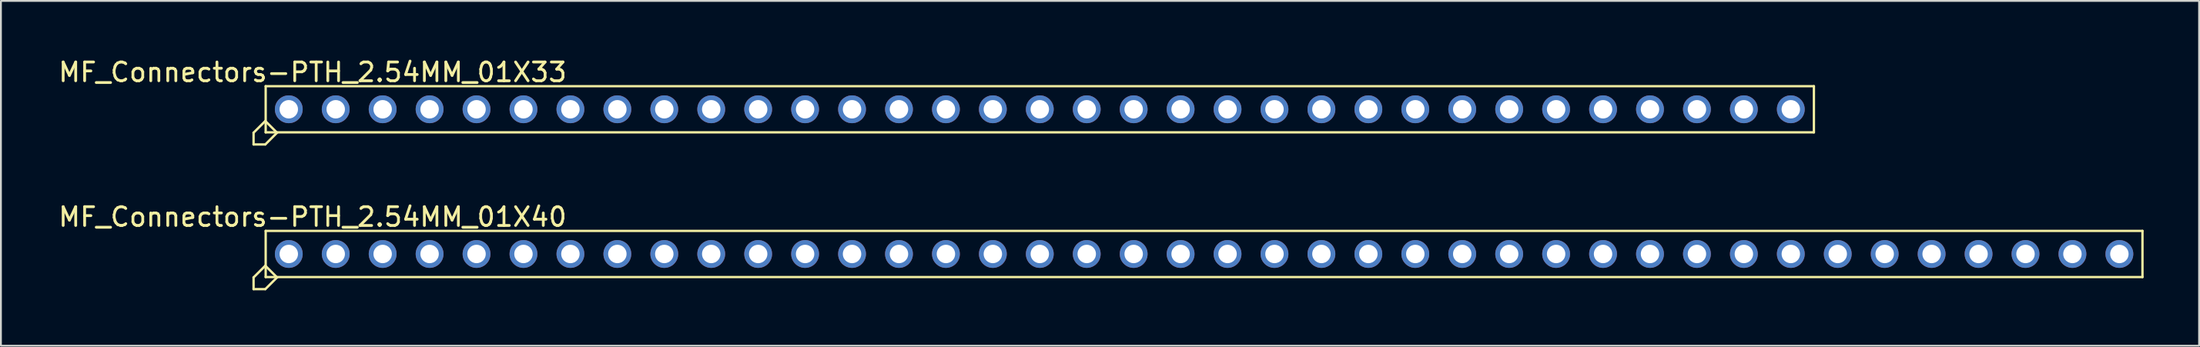
<source format=kicad_pcb>
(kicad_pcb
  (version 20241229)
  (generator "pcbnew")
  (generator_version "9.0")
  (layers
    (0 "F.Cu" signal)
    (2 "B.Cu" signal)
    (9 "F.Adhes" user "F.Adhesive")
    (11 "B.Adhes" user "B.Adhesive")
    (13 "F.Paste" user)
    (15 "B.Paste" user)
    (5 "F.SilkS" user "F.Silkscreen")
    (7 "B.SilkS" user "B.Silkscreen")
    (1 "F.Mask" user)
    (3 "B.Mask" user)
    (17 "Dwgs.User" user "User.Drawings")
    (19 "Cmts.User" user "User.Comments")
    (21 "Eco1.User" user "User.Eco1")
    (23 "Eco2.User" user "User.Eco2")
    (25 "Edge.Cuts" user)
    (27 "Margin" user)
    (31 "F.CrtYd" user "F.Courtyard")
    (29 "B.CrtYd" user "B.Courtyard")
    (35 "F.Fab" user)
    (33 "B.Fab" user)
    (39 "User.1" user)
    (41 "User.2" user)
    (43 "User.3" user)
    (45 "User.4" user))
  (footprint "MF_Connectors-PTH_2.54MM_01X33"
    (layer "F.Cu")
    (at 53.217 2.868)
    (property "Reference" "MF_Connectors-PTH_2.54MM_01X33" (at -39.35 -2.007 0) (layer "F.SilkS") (effects (font (size 1.016 1.016) (thickness 0.152))))
    (attr exclude_from_pos_files exclude_from_bom)
    (fp_line (start -42.545 1.27) (end -42.545 1.905) (stroke (width 0.127) (type solid)) (layer "F.SilkS"))
    (fp_line (start -42.545 1.905) (end -41.91 1.905) (stroke (width 0.127) (type solid)) (layer "F.SilkS"))
    (fp_line (start -41.91 0.635) (end -42.545 1.27) (stroke (width 0.127) (type solid)) (layer "F.SilkS"))
    (fp_line (start -41.91 1.905) (end -41.275 1.27) (stroke (width 0.127) (type solid)) (layer "F.SilkS"))
    (fp_line (start -41.89 -1.25) (end 41.89 -1.25) (stroke (width 0.127) (type solid)) (layer "F.SilkS"))
    (fp_line (start -41.89 1.25) (end -41.89 -1.25) (stroke (width 0.127) (type solid)) (layer "F.SilkS"))
    (fp_line (start -41.275 1.27) (end -41.91 0.635) (stroke (width 0.127) (type solid)) (layer "F.SilkS"))
    (fp_line (start 41.89 -1.25) (end 41.89 1.25) (stroke (width 0.127) (type solid)) (layer "F.SilkS"))
    (fp_line (start 41.89 1.25) (end -41.89 1.25) (stroke (width 0.127) (type solid)) (layer "F.SilkS"))
    (pad "1" thru_hole circle (at -40.64 0) (size 1.506 1.506) (drill 0.998) (layers "*.Cu" "*.Mask"))
    (pad "2" thru_hole circle (at -38.1 0) (size 1.506 1.506) (drill 0.998) (layers "*.Cu" "*.Mask"))
    (pad "3" thru_hole circle (at -35.56 0) (size 1.506 1.506) (drill 0.998) (layers "*.Cu" "*.Mask"))
    (pad "4" thru_hole circle (at -33.02 0) (size 1.506 1.506) (drill 0.998) (layers "*.Cu" "*.Mask"))
    (pad "5" thru_hole circle (at -30.48 0) (size 1.506 1.506) (drill 0.998) (layers "*.Cu" "*.Mask"))
    (pad "6" thru_hole circle (at -27.94 0) (size 1.506 1.506) (drill 0.998) (layers "*.Cu" "*.Mask"))
    (pad "7" thru_hole circle (at -25.4 0) (size 1.506 1.506) (drill 0.998) (layers "*.Cu" "*.Mask"))
    (pad "8" thru_hole circle (at -22.86 0) (size 1.506 1.506) (drill 0.998) (layers "*.Cu" "*.Mask"))
    (pad "9" thru_hole circle (at -20.32 0) (size 1.506 1.506) (drill 0.998) (layers "*.Cu" "*.Mask"))
    (pad "10" thru_hole circle (at -17.78 0) (size 1.506 1.506) (drill 0.998) (layers "*.Cu" "*.Mask"))
    (pad "11" thru_hole circle (at -15.24 0) (size 1.506 1.506) (drill 0.998) (layers "*.Cu" "*.Mask"))
    (pad "12" thru_hole circle (at -12.7 0) (size 1.506 1.506) (drill 0.998) (layers "*.Cu" "*.Mask"))
    (pad "13" thru_hole circle (at -10.16 0) (size 1.506 1.506) (drill 0.998) (layers "*.Cu" "*.Mask"))
    (pad "14" thru_hole circle (at -7.62 0) (size 1.506 1.506) (drill 0.998) (layers "*.Cu" "*.Mask"))
    (pad "15" thru_hole circle (at -5.08 0) (size 1.506 1.506) (drill 0.998) (layers "*.Cu" "*.Mask"))
    (pad "16" thru_hole circle (at -2.54 0) (size 1.506 1.506) (drill 0.998) (layers "*.Cu" "*.Mask"))
    (pad "17" thru_hole circle (at 0 0) (size 1.506 1.506) (drill 0.998) (layers "*.Cu" "*.Mask"))
    (pad "18" thru_hole circle (at 2.54 0) (size 1.506 1.506) (drill 0.998) (layers "*.Cu" "*.Mask"))
    (pad "19" thru_hole circle (at 5.08 0) (size 1.506 1.506) (drill 0.998) (layers "*.Cu" "*.Mask"))
    (pad "20" thru_hole circle (at 7.62 0) (size 1.506 1.506) (drill 0.998) (layers "*.Cu" "*.Mask"))
    (pad "21" thru_hole circle (at 10.16 0) (size 1.506 1.506) (drill 0.998) (layers "*.Cu" "*.Mask"))
    (pad "22" thru_hole circle (at 12.7 0) (size 1.506 1.506) (drill 0.998) (layers "*.Cu" "*.Mask"))
    (pad "23" thru_hole circle (at 15.24 0) (size 1.506 1.506) (drill 0.998) (layers "*.Cu" "*.Mask"))
    (pad "24" thru_hole circle (at 17.78 0) (size 1.506 1.506) (drill 0.998) (layers "*.Cu" "*.Mask"))
    (pad "25" thru_hole circle (at 20.32 0) (size 1.506 1.506) (drill 0.998) (layers "*.Cu" "*.Mask"))
    (pad "26" thru_hole circle (at 22.86 0) (size 1.506 1.506) (drill 0.998) (layers "*.Cu" "*.Mask"))
    (pad "27" thru_hole circle (at 25.4 0) (size 1.506 1.506) (drill 0.998) (layers "*.Cu" "*.Mask"))
    (pad "28" thru_hole circle (at 27.94 0) (size 1.506 1.506) (drill 0.998) (layers "*.Cu" "*.Mask"))
    (pad "29" thru_hole circle (at 30.48 0) (size 1.506 1.506) (drill 0.998) (layers "*.Cu" "*.Mask"))
    (pad "30" thru_hole circle (at 33.02 0) (size 1.506 1.506) (drill 0.998) (layers "*.Cu" "*.Mask"))
    (pad "31" thru_hole circle (at 35.56 0) (size 1.506 1.506) (drill 0.998) (layers "*.Cu" "*.Mask"))
    (pad "32" thru_hole circle (at 38.1 0) (size 1.506 1.506) (drill 0.998) (layers "*.Cu" "*.Mask"))
    (pad "33" thru_hole circle (at 40.64 0) (size 1.506 1.506) (drill 0.998) (layers "*.Cu" "*.Mask")))
  (footprint "MF_Connectors-PTH_2.54MM_01X40"
    (layer "F.Cu")
    (at 62.107 10.705)
    (property "Reference" "MF_Connectors-PTH_2.54MM_01X40" (at -48.24 -2.007 0) (layer "F.SilkS") (effects (font (size 1.016 1.016) (thickness 0.152))))
    (attr exclude_from_pos_files exclude_from_bom)
    (fp_line (start -51.435 1.27) (end -51.435 1.905) (stroke (width 0.127) (type solid)) (layer "F.SilkS"))
    (fp_line (start -51.435 1.905) (end -50.8 1.905) (stroke (width 0.127) (type solid)) (layer "F.SilkS"))
    (fp_line (start -50.8 0.635) (end -51.435 1.27) (stroke (width 0.127) (type solid)) (layer "F.SilkS"))
    (fp_line (start -50.8 1.905) (end -50.165 1.27) (stroke (width 0.127) (type solid)) (layer "F.SilkS"))
    (fp_line (start -50.78 -1.25) (end 50.78 -1.25) (stroke (width 0.127) (type solid)) (layer "F.SilkS"))
    (fp_line (start -50.78 1.25) (end -50.78 -1.25) (stroke (width 0.127) (type solid)) (layer "F.SilkS"))
    (fp_line (start -50.165 1.27) (end -50.8 0.635) (stroke (width 0.127) (type solid)) (layer "F.SilkS"))
    (fp_line (start 50.78 -1.25) (end 50.78 1.25) (stroke (width 0.127) (type solid)) (layer "F.SilkS"))
    (fp_line (start 50.78 1.25) (end -50.78 1.25) (stroke (width 0.127) (type solid)) (layer "F.SilkS"))
    (pad "1" thru_hole circle (at -49.53 0) (size 1.506 1.506) (drill 0.998) (layers "*.Cu" "*.Mask"))
    (pad "2" thru_hole circle (at -46.99 0) (size 1.506 1.506) (drill 0.998) (layers "*.Cu" "*.Mask"))
    (pad "3" thru_hole circle (at -44.45 0) (size 1.506 1.506) (drill 0.998) (layers "*.Cu" "*.Mask"))
    (pad "4" thru_hole circle (at -41.91 0) (size 1.506 1.506) (drill 0.998) (layers "*.Cu" "*.Mask"))
    (pad "5" thru_hole circle (at -39.37 0) (size 1.506 1.506) (drill 0.998) (layers "*.Cu" "*.Mask"))
    (pad "6" thru_hole circle (at -36.83 0) (size 1.506 1.506) (drill 0.998) (layers "*.Cu" "*.Mask"))
    (pad "7" thru_hole circle (at -34.29 0) (size 1.506 1.506) (drill 0.998) (layers "*.Cu" "*.Mask"))
    (pad "8" thru_hole circle (at -31.75 0) (size 1.506 1.506) (drill 0.998) (layers "*.Cu" "*.Mask"))
    (pad "9" thru_hole circle (at -29.21 0) (size 1.506 1.506) (drill 0.998) (layers "*.Cu" "*.Mask"))
    (pad "10" thru_hole circle (at -26.67 0) (size 1.506 1.506) (drill 0.998) (layers "*.Cu" "*.Mask"))
    (pad "11" thru_hole circle (at -24.13 0) (size 1.506 1.506) (drill 0.998) (layers "*.Cu" "*.Mask"))
    (pad "12" thru_hole circle (at -21.59 0) (size 1.506 1.506) (drill 0.998) (layers "*.Cu" "*.Mask"))
    (pad "13" thru_hole circle (at -19.05 0) (size 1.506 1.506) (drill 0.998) (layers "*.Cu" "*.Mask"))
    (pad "14" thru_hole circle (at -16.51 0) (size 1.506 1.506) (drill 0.998) (layers "*.Cu" "*.Mask"))
    (pad "15" thru_hole circle (at -13.97 0) (size 1.506 1.506) (drill 0.998) (layers "*.Cu" "*.Mask"))
    (pad "16" thru_hole circle (at -11.43 0) (size 1.506 1.506) (drill 0.998) (layers "*.Cu" "*.Mask"))
    (pad "17" thru_hole circle (at -8.89 0) (size 1.506 1.506) (drill 0.998) (layers "*.Cu" "*.Mask"))
    (pad "18" thru_hole circle (at -6.35 0) (size 1.506 1.506) (drill 0.998) (layers "*.Cu" "*.Mask"))
    (pad "19" thru_hole circle (at -3.81 0) (size 1.506 1.506) (drill 0.998) (layers "*.Cu" "*.Mask"))
    (pad "20" thru_hole circle (at -1.27 0) (size 1.506 1.506) (drill 0.998) (layers "*.Cu" "*.Mask"))
    (pad "21" thru_hole circle (at 1.27 0) (size 1.506 1.506) (drill 0.998) (layers "*.Cu" "*.Mask"))
    (pad "22" thru_hole circle (at 3.81 0) (size 1.506 1.506) (drill 0.998) (layers "*.Cu" "*.Mask"))
    (pad "23" thru_hole circle (at 6.35 0) (size 1.506 1.506) (drill 0.998) (layers "*.Cu" "*.Mask"))
    (pad "24" thru_hole circle (at 8.89 0) (size 1.506 1.506) (drill 0.998) (layers "*.Cu" "*.Mask"))
    (pad "25" thru_hole circle (at 11.43 0) (size 1.506 1.506) (drill 0.998) (layers "*.Cu" "*.Mask"))
    (pad "26" thru_hole circle (at 13.97 0) (size 1.506 1.506) (drill 0.998) (layers "*.Cu" "*.Mask"))
    (pad "27" thru_hole circle (at 16.51 0) (size 1.506 1.506) (drill 0.998) (layers "*.Cu" "*.Mask"))
    (pad "28" thru_hole circle (at 19.05 0) (size 1.506 1.506) (drill 0.998) (layers "*.Cu" "*.Mask"))
    (pad "29" thru_hole circle (at 21.59 0) (size 1.506 1.506) (drill 0.998) (layers "*.Cu" "*.Mask"))
    (pad "30" thru_hole circle (at 24.13 0) (size 1.506 1.506) (drill 0.998) (layers "*.Cu" "*.Mask"))
    (pad "31" thru_hole circle (at 26.67 0) (size 1.506 1.506) (drill 0.998) (layers "*.Cu" "*.Mask"))
    (pad "32" thru_hole circle (at 29.21 0) (size 1.506 1.506) (drill 0.998) (layers "*.Cu" "*.Mask"))
    (pad "33" thru_hole circle (at 31.75 0) (size 1.506 1.506) (drill 0.998) (layers "*.Cu" "*.Mask"))
    (pad "34" thru_hole circle (at 34.29 0) (size 1.506 1.506) (drill 0.998) (layers "*.Cu" "*.Mask"))
    (pad "35" thru_hole circle (at 36.83 0) (size 1.506 1.506) (drill 0.998) (layers "*.Cu" "*.Mask"))
    (pad "36" thru_hole circle (at 39.37 0) (size 1.506 1.506) (drill 0.998) (layers "*.Cu" "*.Mask"))
    (pad "37" thru_hole circle (at 41.91 0) (size 1.506 1.506) (drill 0.998) (layers "*.Cu" "*.Mask"))
    (pad "38" thru_hole circle (at 44.45 0) (size 1.506 1.506) (drill 0.998) (layers "*.Cu" "*.Mask"))
    (pad "39" thru_hole circle (at 46.99 0) (size 1.506 1.506) (drill 0.998) (layers "*.Cu" "*.Mask"))
    (pad "40" thru_hole circle (at 49.53 0) (size 1.506 1.506) (drill 0.998) (layers "*.Cu" "*.Mask")))
  (gr_rect
    (start -3 -3)
    (end 115.95 15.674)
    (stroke (width 0.1) (type default))
    (fill no)
    (layer "Edge.Cuts")))
</source>
